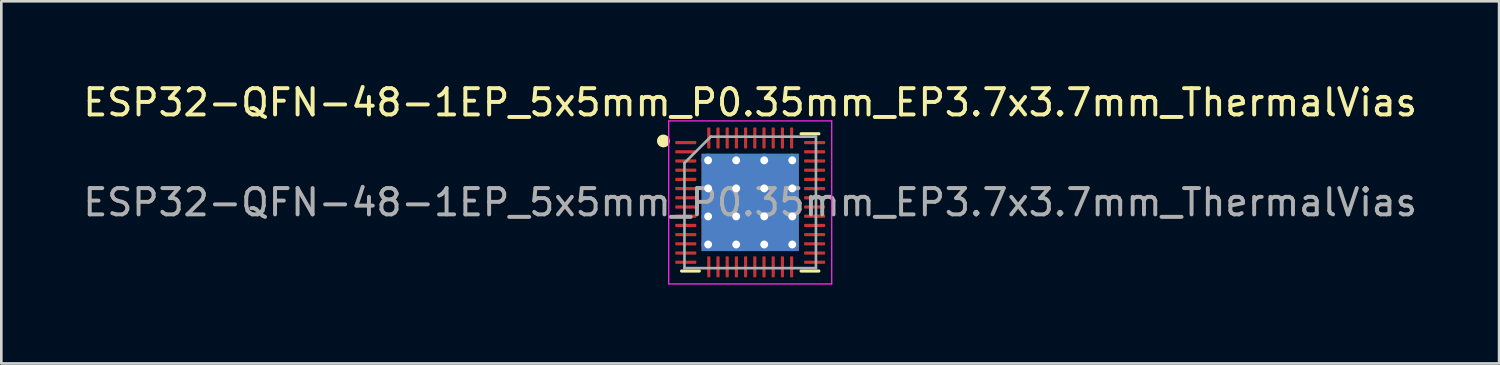
<source format=kicad_pcb>
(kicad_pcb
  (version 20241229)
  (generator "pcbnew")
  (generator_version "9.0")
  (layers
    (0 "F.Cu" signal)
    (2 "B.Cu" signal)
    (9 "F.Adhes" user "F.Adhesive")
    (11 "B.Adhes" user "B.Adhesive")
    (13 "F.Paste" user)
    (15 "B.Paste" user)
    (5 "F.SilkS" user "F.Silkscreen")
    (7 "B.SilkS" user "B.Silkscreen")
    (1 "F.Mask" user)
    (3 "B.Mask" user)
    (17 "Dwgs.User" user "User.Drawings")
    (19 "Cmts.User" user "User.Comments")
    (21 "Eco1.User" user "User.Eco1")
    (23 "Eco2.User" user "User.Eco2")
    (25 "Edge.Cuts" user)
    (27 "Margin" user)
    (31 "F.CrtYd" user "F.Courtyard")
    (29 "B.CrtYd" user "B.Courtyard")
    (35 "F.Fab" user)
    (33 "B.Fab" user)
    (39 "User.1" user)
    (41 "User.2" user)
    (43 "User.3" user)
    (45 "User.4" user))
  (footprint "ESP32-QFN-48-1EP_5x5mm_P0.35mm_EP3.7x3.7mm_ThermalVias"
    (layer "F.Cu")
    (at 25.482 4.648)
    (property "Reference" "ESP32-QFN-48-1EP_5x5mm_P0.35mm_EP3.7x3.7mm_ThermalVias" (at 0 -3.8 0) (layer "F.SilkS") (effects (font (size 1 1) (thickness 0.15))))
    (attr smd)
    (fp_line (start -1.935 2.61) (end -2.61 2.61) (stroke (width 0.12) (type solid)) (layer "F.SilkS"))
    (fp_line (start 1.935 -2.61) (end 2.61 -2.61) (stroke (width 0.12) (type solid)) (layer "F.SilkS"))
    (fp_line (start 1.935 2.61) (end 2.61 2.61) (stroke (width 0.12) (type solid)) (layer "F.SilkS"))
    (fp_circle (center -3.302 -2.337) (end -3.119 -2.337) (stroke (width 0.12) (type solid)) (fill yes) (layer "F.SilkS"))
    (fp_line (start -3.1 -3.1) (end -3.1 3.1) (stroke (width 0.05) (type solid)) (layer "F.CrtYd"))
    (fp_line (start -3.1 3.1) (end 3.1 3.1) (stroke (width 0.05) (type solid)) (layer "F.CrtYd"))
    (fp_line (start 3.1 -3.1) (end -3.1 -3.1) (stroke (width 0.05) (type solid)) (layer "F.CrtYd"))
    (fp_line (start 3.1 3.1) (end 3.1 -3.1) (stroke (width 0.05) (type solid)) (layer "F.CrtYd"))
    (fp_line (start -2.5 -1.5) (end -1.5 -2.5) (stroke (width 0.1) (type solid)) (layer "F.Fab"))
    (fp_line (start -2.5 2.5) (end -2.5 -1.5) (stroke (width 0.1) (type solid)) (layer "F.Fab"))
    (fp_line (start -1.5 -2.5) (end 2.5 -2.5) (stroke (width 0.1) (type solid)) (layer "F.Fab"))
    (fp_line (start 2.5 -2.5) (end 2.5 2.5) (stroke (width 0.1) (type solid)) (layer "F.Fab"))
    (fp_line (start 2.5 2.5) (end -2.5 2.5) (stroke (width 0.1) (type solid)) (layer "F.Fab"))
    (fp_text user "${REFERENCE}" (at 0 0 0) (layer "F.Fab") (effects (font (size 1 1) (thickness 0.15))))
    (pad "" smd custom (at -1.067 -1.067) (size 0.834 0.834) (layers "F.Paste") (options (anchor circle)) (primitives (gr_poly (pts (xy 0.356 -0.256) (xy 0.356 0.256) (xy 0.256 0.356) (xy -0.256 0.356) (xy -0.356 0.256) (xy -0.356 -0.256) (xy -0.256 -0.356) (xy 0.256 -0.356)) (width 0.243) (fill yes))))
    (pad "" smd custom (at -1.067 0) (size 0.834 0.834) (layers "F.Paste") (options (anchor circle)) (primitives (gr_poly (pts (xy 0.356 -0.256) (xy 0.356 0.256) (xy 0.256 0.356) (xy -0.256 0.356) (xy -0.356 0.256) (xy -0.356 -0.256) (xy -0.256 -0.356) (xy 0.256 -0.356)) (width 0.243) (fill yes))))
    (pad "" smd custom (at -1.067 1.067) (size 0.834 0.834) (layers "F.Paste") (options (anchor circle)) (primitives (gr_poly (pts (xy 0.356 -0.256) (xy 0.356 0.256) (xy 0.256 0.356) (xy -0.256 0.356) (xy -0.356 0.256) (xy -0.356 -0.256) (xy -0.256 -0.356) (xy 0.256 -0.356)) (width 0.243) (fill yes))))
    (pad "" smd custom (at 0 -1.067) (size 0.834 0.834) (layers "F.Paste") (options (anchor circle)) (primitives (gr_poly (pts (xy 0.356 -0.256) (xy 0.356 0.256) (xy 0.256 0.356) (xy -0.256 0.356) (xy -0.356 0.256) (xy -0.356 -0.256) (xy -0.256 -0.356) (xy 0.256 -0.356)) (width 0.243) (fill yes))))
    (pad "" smd custom (at 0 0) (size 0.834 0.834) (layers "F.Paste") (options (anchor circle)) (primitives (gr_poly (pts (xy 0.356 -0.256) (xy 0.356 0.256) (xy 0.256 0.356) (xy -0.256 0.356) (xy -0.356 0.256) (xy -0.356 -0.256) (xy -0.256 -0.356) (xy 0.256 -0.356)) (width 0.243) (fill yes))))
    (pad "" smd custom (at 0 1.067) (size 0.834 0.834) (layers "F.Paste") (options (anchor circle)) (primitives (gr_poly (pts (xy 0.356 -0.256) (xy 0.356 0.256) (xy 0.256 0.356) (xy -0.256 0.356) (xy -0.356 0.256) (xy -0.356 -0.256) (xy -0.256 -0.356) (xy 0.256 -0.356)) (width 0.243) (fill yes))))
    (pad "" smd custom (at 1.067 -1.067) (size 0.834 0.834) (layers "F.Paste") (options (anchor circle)) (primitives (gr_poly (pts (xy 0.356 -0.256) (xy 0.356 0.256) (xy 0.256 0.356) (xy -0.256 0.356) (xy -0.356 0.256) (xy -0.356 -0.256) (xy -0.256 -0.356) (xy 0.256 -0.356)) (width 0.243) (fill yes))))
    (pad "" smd custom (at 1.067 0) (size 0.834 0.834) (layers "F.Paste") (options (anchor circle)) (primitives (gr_poly (pts (xy 0.356 -0.256) (xy 0.356 0.256) (xy 0.256 0.356) (xy -0.256 0.356) (xy -0.356 0.256) (xy -0.356 -0.256) (xy -0.256 -0.356) (xy 0.256 -0.356)) (width 0.243) (fill yes))))
    (pad "" smd custom (at 1.067 1.067) (size 0.834 0.834) (layers "F.Paste") (options (anchor circle)) (primitives (gr_poly (pts (xy 0.356 -0.256) (xy 0.356 0.256) (xy 0.256 0.356) (xy -0.256 0.356) (xy -0.356 0.256) (xy -0.356 -0.256) (xy -0.256 -0.356) (xy 0.256 -0.356)) (width 0.243) (fill yes))))
    (pad "1" smd roundrect (at -2.45 -2.275) (size 0.8 0.12) (layers "F.Cu" "F.Mask" "F.Paste") (roundrect_rratio 0.25))
    (pad "2" smd roundrect (at -2.45 -1.925) (size 0.8 0.12) (layers "F.Cu" "F.Mask" "F.Paste") (roundrect_rratio 0.25))
    (pad "3" smd roundrect (at -2.45 -1.575) (size 0.8 0.12) (layers "F.Cu" "F.Mask" "F.Paste") (roundrect_rratio 0.25))
    (pad "4" smd roundrect (at -2.45 -1.225) (size 0.8 0.12) (layers "F.Cu" "F.Mask" "F.Paste") (roundrect_rratio 0.25))
    (pad "5" smd roundrect (at -2.45 -0.875) (size 0.8 0.12) (layers "F.Cu" "F.Mask" "F.Paste") (roundrect_rratio 0.25))
    (pad "6" smd roundrect (at -2.45 -0.525) (size 0.8 0.12) (layers "F.Cu" "F.Mask" "F.Paste") (roundrect_rratio 0.25))
    (pad "7" smd roundrect (at -2.45 -0.175) (size 0.8 0.12) (layers "F.Cu" "F.Mask" "F.Paste") (roundrect_rratio 0.25))
    (pad "8" smd roundrect (at -2.45 0.175) (size 0.8 0.12) (layers "F.Cu" "F.Mask" "F.Paste") (roundrect_rratio 0.25))
    (pad "9" smd roundrect (at -2.45 0.525) (size 0.8 0.12) (layers "F.Cu" "F.Mask" "F.Paste") (roundrect_rratio 0.25))
    (pad "10" smd roundrect (at -2.45 0.875) (size 0.8 0.12) (layers "F.Cu" "F.Mask" "F.Paste") (roundrect_rratio 0.25))
    (pad "11" smd roundrect (at -2.45 1.225) (size 0.8 0.12) (layers "F.Cu" "F.Mask" "F.Paste") (roundrect_rratio 0.25))
    (pad "12" smd roundrect (at -2.45 1.575) (size 0.8 0.12) (layers "F.Cu" "F.Mask" "F.Paste") (roundrect_rratio 0.25))
    (pad "13" smd roundrect (at -2.45 1.925) (size 0.8 0.12) (layers "F.Cu" "F.Mask" "F.Paste") (roundrect_rratio 0.25))
    (pad "14" smd roundrect (at -2.45 2.275) (size 0.8 0.12) (layers "F.Cu" "F.Mask" "F.Paste") (roundrect_rratio 0.25))
    (pad "15" smd roundrect (at -1.575 2.45) (size 0.12 0.8) (layers "F.Cu" "F.Mask" "F.Paste") (roundrect_rratio 0.25))
    (pad "16" smd roundrect (at -1.225 2.45) (size 0.12 0.8) (layers "F.Cu" "F.Mask" "F.Paste") (roundrect_rratio 0.25))
    (pad "17" smd roundrect (at -0.875 2.45) (size 0.12 0.8) (layers "F.Cu" "F.Mask" "F.Paste") (roundrect_rratio 0.25))
    (pad "18" smd roundrect (at -0.525 2.45) (size 0.12 0.8) (layers "F.Cu" "F.Mask" "F.Paste") (roundrect_rratio 0.25))
    (pad "19" smd roundrect (at -0.175 2.45) (size 0.12 0.8) (layers "F.Cu" "F.Mask" "F.Paste") (roundrect_rratio 0.25))
    (pad "20" smd roundrect (at 0.175 2.45) (size 0.12 0.8) (layers "F.Cu" "F.Mask" "F.Paste") (roundrect_rratio 0.25))
    (pad "21" smd roundrect (at 0.525 2.45) (size 0.12 0.8) (layers "F.Cu" "F.Mask" "F.Paste") (roundrect_rratio 0.25))
    (pad "22" smd roundrect (at 0.875 2.45) (size 0.12 0.8) (layers "F.Cu" "F.Mask" "F.Paste") (roundrect_rratio 0.25))
    (pad "23" smd roundrect (at 1.225 2.45) (size 0.12 0.8) (layers "F.Cu" "F.Mask" "F.Paste") (roundrect_rratio 0.25))
    (pad "24" smd roundrect (at 1.575 2.45) (size 0.12 0.8) (layers "F.Cu" "F.Mask" "F.Paste") (roundrect_rratio 0.25))
    (pad "25" smd roundrect (at 2.45 2.275) (size 0.8 0.12) (layers "F.Cu" "F.Mask" "F.Paste") (roundrect_rratio 0.25))
    (pad "26" smd roundrect (at 2.45 1.925) (size 0.8 0.12) (layers "F.Cu" "F.Mask" "F.Paste") (roundrect_rratio 0.25))
    (pad "27" smd roundrect (at 2.45 1.575) (size 0.8 0.12) (layers "F.Cu" "F.Mask" "F.Paste") (roundrect_rratio 0.25))
    (pad "28" smd roundrect (at 2.45 1.225) (size 0.8 0.12) (layers "F.Cu" "F.Mask" "F.Paste") (roundrect_rratio 0.25))
    (pad "29" smd roundrect (at 2.45 0.875) (size 0.8 0.12) (layers "F.Cu" "F.Mask" "F.Paste") (roundrect_rratio 0.25))
    (pad "30" smd roundrect (at 2.45 0.525) (size 0.8 0.12) (layers "F.Cu" "F.Mask" "F.Paste") (roundrect_rratio 0.25))
    (pad "31" smd roundrect (at 2.45 0.175) (size 0.8 0.12) (layers "F.Cu" "F.Mask" "F.Paste") (roundrect_rratio 0.25))
    (pad "32" smd roundrect (at 2.45 -0.175) (size 0.8 0.12) (layers "F.Cu" "F.Mask" "F.Paste") (roundrect_rratio 0.25))
    (pad "33" smd roundrect (at 2.45 -0.525) (size 0.8 0.12) (layers "F.Cu" "F.Mask" "F.Paste") (roundrect_rratio 0.25))
    (pad "34" smd roundrect (at 2.45 -0.875) (size 0.8 0.12) (layers "F.Cu" "F.Mask" "F.Paste") (roundrect_rratio 0.25))
    (pad "35" smd roundrect (at 2.45 -1.225) (size 0.8 0.12) (layers "F.Cu" "F.Mask" "F.Paste") (roundrect_rratio 0.25))
    (pad "36" smd roundrect (at 2.45 -1.575) (size 0.8 0.12) (layers "F.Cu" "F.Mask" "F.Paste") (roundrect_rratio 0.25))
    (pad "37" smd roundrect (at 2.45 -1.925) (size 0.8 0.12) (layers "F.Cu" "F.Mask" "F.Paste") (roundrect_rratio 0.25))
    (pad "38" smd roundrect (at 2.45 -2.275) (size 0.8 0.12) (layers "F.Cu" "F.Mask" "F.Paste") (roundrect_rratio 0.25))
    (pad "39" smd roundrect (at 1.575 -2.45) (size 0.12 0.8) (layers "F.Cu" "F.Mask" "F.Paste") (roundrect_rratio 0.25))
    (pad "40" smd roundrect (at 1.225 -2.45) (size 0.12 0.8) (layers "F.Cu" "F.Mask" "F.Paste") (roundrect_rratio 0.25))
    (pad "41" smd roundrect (at 0.875 -2.45) (size 0.12 0.8) (layers "F.Cu" "F.Mask" "F.Paste") (roundrect_rratio 0.25))
    (pad "42" smd roundrect (at 0.525 -2.45) (size 0.12 0.8) (layers "F.Cu" "F.Mask" "F.Paste") (roundrect_rratio 0.25))
    (pad "43" smd roundrect (at 0.175 -2.45) (size 0.12 0.8) (layers "F.Cu" "F.Mask" "F.Paste") (roundrect_rratio 0.25))
    (pad "44" smd roundrect (at -0.175 -2.45) (size 0.12 0.8) (layers "F.Cu" "F.Mask" "F.Paste") (roundrect_rratio 0.25))
    (pad "45" smd roundrect (at -0.525 -2.45) (size 0.12 0.8) (layers "F.Cu" "F.Mask" "F.Paste") (roundrect_rratio 0.25))
    (pad "46" smd roundrect (at -0.875 -2.45) (size 0.12 0.8) (layers "F.Cu" "F.Mask" "F.Paste") (roundrect_rratio 0.25))
    (pad "47" smd roundrect (at -1.225 -2.45) (size 0.12 0.8) (layers "F.Cu" "F.Mask" "F.Paste") (roundrect_rratio 0.25))
    (pad "48" smd roundrect (at -1.575 -2.45) (size 0.12 0.8) (layers "F.Cu" "F.Mask" "F.Paste") (roundrect_rratio 0.25))
    (pad "49" thru_hole circle (at -1.6 -1.6) (size 0.5 0.5) (drill 0.3) (layers "*.Cu"))
    (pad "49" thru_hole circle (at -1.6 -0.533) (size 0.5 0.5) (drill 0.3) (layers "*.Cu"))
    (pad "49" thru_hole circle (at -1.6 0.533) (size 0.5 0.5) (drill 0.3) (layers "*.Cu"))
    (pad "49" thru_hole circle (at -1.6 1.6) (size 0.5 0.5) (drill 0.3) (layers "*.Cu"))
    (pad "49" thru_hole circle (at -0.533 -1.6) (size 0.5 0.5) (drill 0.3) (layers "*.Cu"))
    (pad "49" thru_hole circle (at -0.533 -0.533) (size 0.5 0.5) (drill 0.3) (layers "*.Cu"))
    (pad "49" thru_hole circle (at -0.533 0.533) (size 0.5 0.5) (drill 0.3) (layers "*.Cu"))
    (pad "49" thru_hole circle (at -0.533 1.6) (size 0.5 0.5) (drill 0.3) (layers "*.Cu"))
    (pad "49" smd rect (at 0 0) (size 3.7 3.7) (layers "F.Cu" "F.Mask"))
    (pad "49" smd rect (at 0 0) (size 3.7 3.7) (layers "B.Cu"))
    (pad "49" thru_hole circle (at 0.533 -1.6) (size 0.5 0.5) (drill 0.3) (layers "*.Cu"))
    (pad "49" thru_hole circle (at 0.533 -0.533) (size 0.5 0.5) (drill 0.3) (layers "*.Cu"))
    (pad "49" thru_hole circle (at 0.533 0.533) (size 0.5 0.5) (drill 0.3) (layers "*.Cu"))
    (pad "49" thru_hole circle (at 0.533 1.6) (size 0.5 0.5) (drill 0.3) (layers "*.Cu"))
    (pad "49" thru_hole circle (at 1.6 -1.6) (size 0.5 0.5) (drill 0.3) (layers "*.Cu"))
    (pad "49" thru_hole circle (at 1.6 -0.533) (size 0.5 0.5) (drill 0.3) (layers "*.Cu"))
    (pad "49" thru_hole circle (at 1.6 0.533) (size 0.5 0.5) (drill 0.3) (layers "*.Cu"))
    (pad "49" thru_hole circle (at 1.6 1.6) (size 0.5 0.5) (drill 0.3) (layers "*.Cu")))
  (gr_rect
    (start -3 -3)
    (end 53.964 10.773)
    (stroke (width 0.1) (type default))
    (fill no)
    (layer "Edge.Cuts")))
</source>
